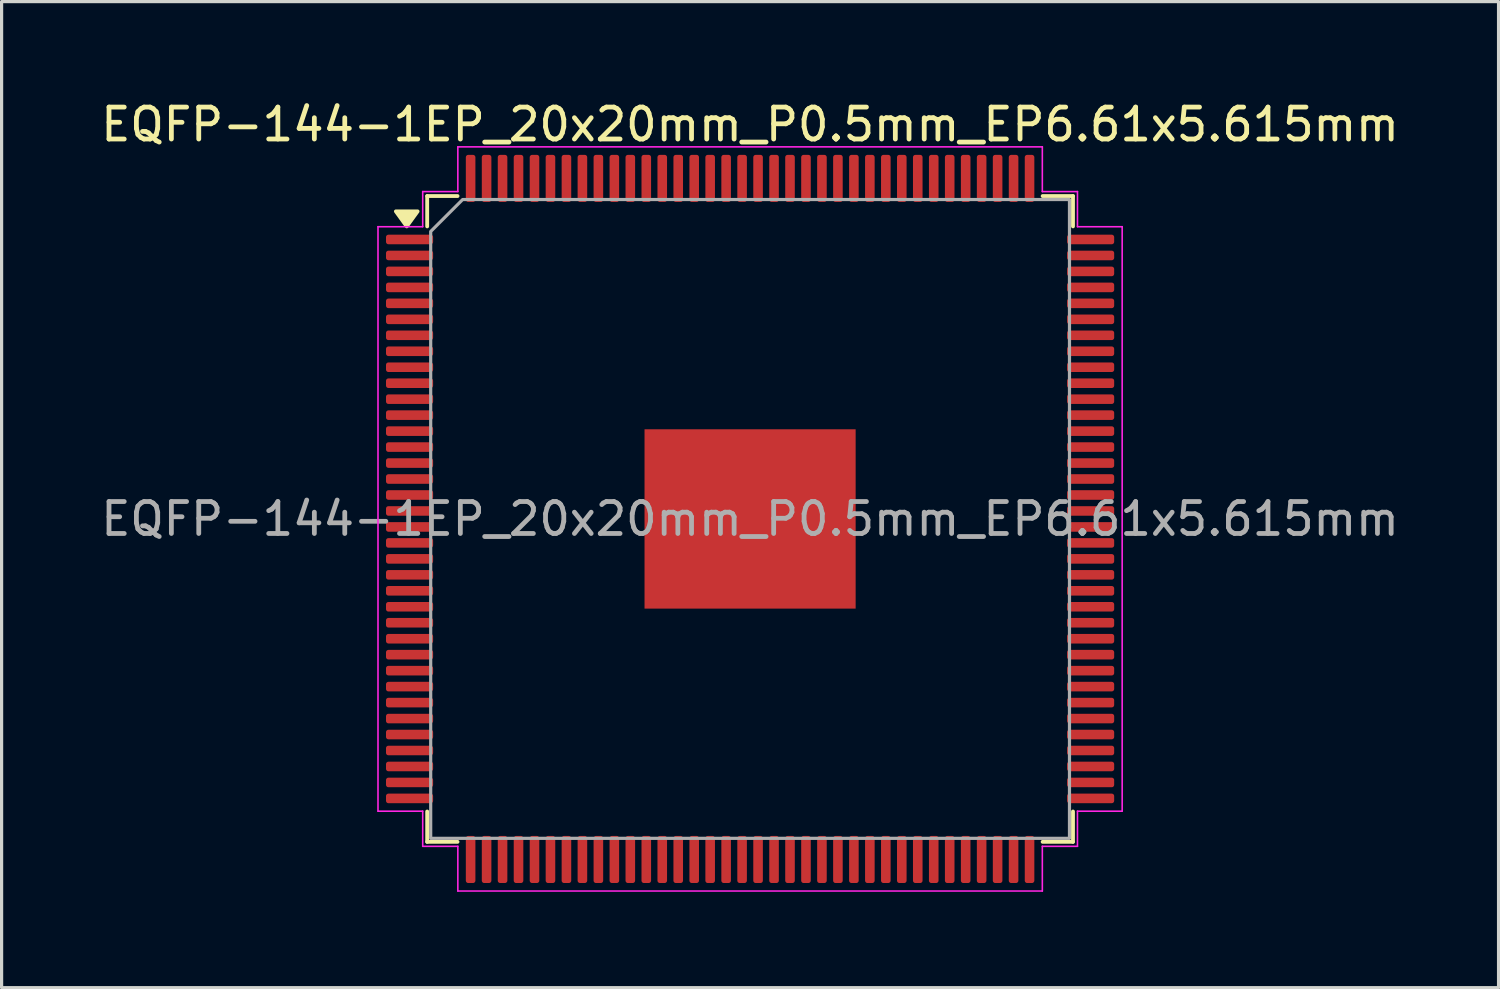
<source format=kicad_pcb>
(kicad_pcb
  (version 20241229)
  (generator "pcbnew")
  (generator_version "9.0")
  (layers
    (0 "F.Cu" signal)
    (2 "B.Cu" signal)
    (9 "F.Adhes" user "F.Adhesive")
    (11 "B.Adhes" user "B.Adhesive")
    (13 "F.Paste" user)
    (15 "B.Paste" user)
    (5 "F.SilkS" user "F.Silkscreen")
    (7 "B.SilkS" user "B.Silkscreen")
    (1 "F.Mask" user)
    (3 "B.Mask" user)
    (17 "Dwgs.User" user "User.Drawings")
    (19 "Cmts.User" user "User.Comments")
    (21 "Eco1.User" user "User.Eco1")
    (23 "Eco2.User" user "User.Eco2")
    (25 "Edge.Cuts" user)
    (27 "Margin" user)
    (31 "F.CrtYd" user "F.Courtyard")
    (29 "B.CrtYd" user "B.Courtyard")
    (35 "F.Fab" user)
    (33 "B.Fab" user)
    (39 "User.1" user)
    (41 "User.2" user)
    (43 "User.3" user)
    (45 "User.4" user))
  (footprint "EQFP-144-1EP_20x20mm_P0.5mm_EP6.61x5.615mm"
    (layer "F.Cu")
    (at 20.435 13.198)
    (property "Reference" "EQFP-144-1EP_20x20mm_P0.5mm_EP6.61x5.615mm" (at 0 -12.35 0) (layer "F.SilkS") (effects (font (size 1 1) (thickness 0.15))))
    (attr smd)
    (fp_line (start -10.11 -10.11) (end -9.16 -10.11) (stroke (width 0.12) (type solid)) (layer "F.SilkS"))
    (fp_line (start -10.11 -9.16) (end -10.11 -10.11) (stroke (width 0.12) (type solid)) (layer "F.SilkS"))
    (fp_line (start -10.11 10.11) (end -10.11 9.16) (stroke (width 0.12) (type solid)) (layer "F.SilkS"))
    (fp_line (start -9.16 10.11) (end -10.11 10.11) (stroke (width 0.12) (type solid)) (layer "F.SilkS"))
    (fp_line (start 9.16 -10.11) (end 10.11 -10.11) (stroke (width 0.12) (type solid)) (layer "F.SilkS"))
    (fp_line (start 10.11 -10.11) (end 10.11 -9.16) (stroke (width 0.12) (type solid)) (layer "F.SilkS"))
    (fp_line (start 10.11 9.16) (end 10.11 10.11) (stroke (width 0.12) (type solid)) (layer "F.SilkS"))
    (fp_line (start 10.11 10.11) (end 9.16 10.11) (stroke (width 0.12) (type solid)) (layer "F.SilkS"))
    (fp_poly (pts (xy -10.75 -9.16) (xy -11.09 -9.63) (xy -10.41 -9.63)) (stroke (width 0.12) (type solid)) (fill yes) (layer "F.SilkS"))
    (fp_line (start -11.65 -9.15) (end -10.25 -9.15) (stroke (width 0.05) (type solid)) (layer "F.CrtYd"))
    (fp_line (start -11.65 9.15) (end -11.65 -9.15) (stroke (width 0.05) (type solid)) (layer "F.CrtYd"))
    (fp_line (start -10.25 -10.25) (end -9.15 -10.25) (stroke (width 0.05) (type solid)) (layer "F.CrtYd"))
    (fp_line (start -10.25 -9.15) (end -10.25 -10.25) (stroke (width 0.05) (type solid)) (layer "F.CrtYd"))
    (fp_line (start -10.25 9.15) (end -11.65 9.15) (stroke (width 0.05) (type solid)) (layer "F.CrtYd"))
    (fp_line (start -10.25 10.25) (end -10.25 9.15) (stroke (width 0.05) (type solid)) (layer "F.CrtYd"))
    (fp_line (start -9.15 -11.65) (end 9.15 -11.65) (stroke (width 0.05) (type solid)) (layer "F.CrtYd"))
    (fp_line (start -9.15 -10.25) (end -9.15 -11.65) (stroke (width 0.05) (type solid)) (layer "F.CrtYd"))
    (fp_line (start -9.15 10.25) (end -10.25 10.25) (stroke (width 0.05) (type solid)) (layer "F.CrtYd"))
    (fp_line (start -9.15 11.65) (end -9.15 10.25) (stroke (width 0.05) (type solid)) (layer "F.CrtYd"))
    (fp_line (start 9.15 -11.65) (end 9.15 -10.25) (stroke (width 0.05) (type solid)) (layer "F.CrtYd"))
    (fp_line (start 9.15 -10.25) (end 10.25 -10.25) (stroke (width 0.05) (type solid)) (layer "F.CrtYd"))
    (fp_line (start 9.15 10.25) (end 9.15 11.65) (stroke (width 0.05) (type solid)) (layer "F.CrtYd"))
    (fp_line (start 9.15 11.65) (end -9.15 11.65) (stroke (width 0.05) (type solid)) (layer "F.CrtYd"))
    (fp_line (start 10.25 -10.25) (end 10.25 -9.15) (stroke (width 0.05) (type solid)) (layer "F.CrtYd"))
    (fp_line (start 10.25 -9.15) (end 11.65 -9.15) (stroke (width 0.05) (type solid)) (layer "F.CrtYd"))
    (fp_line (start 10.25 9.15) (end 10.25 10.25) (stroke (width 0.05) (type solid)) (layer "F.CrtYd"))
    (fp_line (start 10.25 10.25) (end 9.15 10.25) (stroke (width 0.05) (type solid)) (layer "F.CrtYd"))
    (fp_line (start 11.65 -9.15) (end 11.65 9.15) (stroke (width 0.05) (type solid)) (layer "F.CrtYd"))
    (fp_line (start 11.65 9.15) (end 10.25 9.15) (stroke (width 0.05) (type solid)) (layer "F.CrtYd"))
    (fp_poly (pts (xy -10 -9) (xy -10 10) (xy 10 10) (xy 10 -10) (xy -9 -10)) (stroke (width 0.1) (type solid)) (fill no) (layer "F.Fab"))
    (fp_text user "${REFERENCE}" (at 0 0 0) (layer "F.Fab") (effects (font (size 1 1) (thickness 0.15))))
    (pad "" smd roundrect (at -2.64 -2.1) (size 1.07 1.13) (layers "F.Paste") (roundrect_rratio 0.234))
    (pad "" smd roundrect (at -2.64 -0.7) (size 1.07 1.13) (layers "F.Paste") (roundrect_rratio 0.234))
    (pad "" smd roundrect (at -2.64 0.7) (size 1.07 1.13) (layers "F.Paste") (roundrect_rratio 0.234))
    (pad "" smd roundrect (at -2.64 2.1) (size 1.07 1.13) (layers "F.Paste") (roundrect_rratio 0.234))
    (pad "" smd roundrect (at -1.32 -2.1) (size 1.07 1.13) (layers "F.Paste") (roundrect_rratio 0.234))
    (pad "" smd roundrect (at -1.32 -0.7) (size 1.07 1.13) (layers "F.Paste") (roundrect_rratio 0.234))
    (pad "" smd roundrect (at -1.32 0.7) (size 1.07 1.13) (layers "F.Paste") (roundrect_rratio 0.234))
    (pad "" smd roundrect (at -1.32 2.1) (size 1.07 1.13) (layers "F.Paste") (roundrect_rratio 0.234))
    (pad "" smd roundrect (at 0 -2.1) (size 1.07 1.13) (layers "F.Paste") (roundrect_rratio 0.234))
    (pad "" smd roundrect (at 0 -0.7) (size 1.07 1.13) (layers "F.Paste") (roundrect_rratio 0.234))
    (pad "" smd roundrect (at 0 0.7) (size 1.07 1.13) (layers "F.Paste") (roundrect_rratio 0.234))
    (pad "" smd roundrect (at 0 2.1) (size 1.07 1.13) (layers "F.Paste") (roundrect_rratio 0.234))
    (pad "" smd roundrect (at 1.32 -2.1) (size 1.07 1.13) (layers "F.Paste") (roundrect_rratio 0.234))
    (pad "" smd roundrect (at 1.32 -0.7) (size 1.07 1.13) (layers "F.Paste") (roundrect_rratio 0.234))
    (pad "" smd roundrect (at 1.32 0.7) (size 1.07 1.13) (layers "F.Paste") (roundrect_rratio 0.234))
    (pad "" smd roundrect (at 1.32 2.1) (size 1.07 1.13) (layers "F.Paste") (roundrect_rratio 0.234))
    (pad "" smd roundrect (at 2.64 -2.1) (size 1.07 1.13) (layers "F.Paste") (roundrect_rratio 0.234))
    (pad "" smd roundrect (at 2.64 -0.7) (size 1.07 1.13) (layers "F.Paste") (roundrect_rratio 0.234))
    (pad "" smd roundrect (at 2.64 0.7) (size 1.07 1.13) (layers "F.Paste") (roundrect_rratio 0.234))
    (pad "" smd roundrect (at 2.64 2.1) (size 1.07 1.13) (layers "F.Paste") (roundrect_rratio 0.234))
    (pad "1" smd roundrect (at -10.662 -8.75) (size 1.475 0.3) (layers "F.Cu" "F.Mask" "F.Paste") (roundrect_rratio 0.25))
    (pad "2" smd roundrect (at -10.662 -8.25) (size 1.475 0.3) (layers "F.Cu" "F.Mask" "F.Paste") (roundrect_rratio 0.25))
    (pad "3" smd roundrect (at -10.662 -7.75) (size 1.475 0.3) (layers "F.Cu" "F.Mask" "F.Paste") (roundrect_rratio 0.25))
    (pad "4" smd roundrect (at -10.662 -7.25) (size 1.475 0.3) (layers "F.Cu" "F.Mask" "F.Paste") (roundrect_rratio 0.25))
    (pad "5" smd roundrect (at -10.662 -6.75) (size 1.475 0.3) (layers "F.Cu" "F.Mask" "F.Paste") (roundrect_rratio 0.25))
    (pad "6" smd roundrect (at -10.662 -6.25) (size 1.475 0.3) (layers "F.Cu" "F.Mask" "F.Paste") (roundrect_rratio 0.25))
    (pad "7" smd roundrect (at -10.662 -5.75) (size 1.475 0.3) (layers "F.Cu" "F.Mask" "F.Paste") (roundrect_rratio 0.25))
    (pad "8" smd roundrect (at -10.662 -5.25) (size 1.475 0.3) (layers "F.Cu" "F.Mask" "F.Paste") (roundrect_rratio 0.25))
    (pad "9" smd roundrect (at -10.662 -4.75) (size 1.475 0.3) (layers "F.Cu" "F.Mask" "F.Paste") (roundrect_rratio 0.25))
    (pad "10" smd roundrect (at -10.662 -4.25) (size 1.475 0.3) (layers "F.Cu" "F.Mask" "F.Paste") (roundrect_rratio 0.25))
    (pad "11" smd roundrect (at -10.662 -3.75) (size 1.475 0.3) (layers "F.Cu" "F.Mask" "F.Paste") (roundrect_rratio 0.25))
    (pad "12" smd roundrect (at -10.662 -3.25) (size 1.475 0.3) (layers "F.Cu" "F.Mask" "F.Paste") (roundrect_rratio 0.25))
    (pad "13" smd roundrect (at -10.662 -2.75) (size 1.475 0.3) (layers "F.Cu" "F.Mask" "F.Paste") (roundrect_rratio 0.25))
    (pad "14" smd roundrect (at -10.662 -2.25) (size 1.475 0.3) (layers "F.Cu" "F.Mask" "F.Paste") (roundrect_rratio 0.25))
    (pad "15" smd roundrect (at -10.662 -1.75) (size 1.475 0.3) (layers "F.Cu" "F.Mask" "F.Paste") (roundrect_rratio 0.25))
    (pad "16" smd roundrect (at -10.662 -1.25) (size 1.475 0.3) (layers "F.Cu" "F.Mask" "F.Paste") (roundrect_rratio 0.25))
    (pad "17" smd roundrect (at -10.662 -0.75) (size 1.475 0.3) (layers "F.Cu" "F.Mask" "F.Paste") (roundrect_rratio 0.25))
    (pad "18" smd roundrect (at -10.662 -0.25) (size 1.475 0.3) (layers "F.Cu" "F.Mask" "F.Paste") (roundrect_rratio 0.25))
    (pad "19" smd roundrect (at -10.662 0.25) (size 1.475 0.3) (layers "F.Cu" "F.Mask" "F.Paste") (roundrect_rratio 0.25))
    (pad "20" smd roundrect (at -10.662 0.75) (size 1.475 0.3) (layers "F.Cu" "F.Mask" "F.Paste") (roundrect_rratio 0.25))
    (pad "21" smd roundrect (at -10.662 1.25) (size 1.475 0.3) (layers "F.Cu" "F.Mask" "F.Paste") (roundrect_rratio 0.25))
    (pad "22" smd roundrect (at -10.662 1.75) (size 1.475 0.3) (layers "F.Cu" "F.Mask" "F.Paste") (roundrect_rratio 0.25))
    (pad "23" smd roundrect (at -10.662 2.25) (size 1.475 0.3) (layers "F.Cu" "F.Mask" "F.Paste") (roundrect_rratio 0.25))
    (pad "24" smd roundrect (at -10.662 2.75) (size 1.475 0.3) (layers "F.Cu" "F.Mask" "F.Paste") (roundrect_rratio 0.25))
    (pad "25" smd roundrect (at -10.662 3.25) (size 1.475 0.3) (layers "F.Cu" "F.Mask" "F.Paste") (roundrect_rratio 0.25))
    (pad "26" smd roundrect (at -10.662 3.75) (size 1.475 0.3) (layers "F.Cu" "F.Mask" "F.Paste") (roundrect_rratio 0.25))
    (pad "27" smd roundrect (at -10.662 4.25) (size 1.475 0.3) (layers "F.Cu" "F.Mask" "F.Paste") (roundrect_rratio 0.25))
    (pad "28" smd roundrect (at -10.662 4.75) (size 1.475 0.3) (layers "F.Cu" "F.Mask" "F.Paste") (roundrect_rratio 0.25))
    (pad "29" smd roundrect (at -10.662 5.25) (size 1.475 0.3) (layers "F.Cu" "F.Mask" "F.Paste") (roundrect_rratio 0.25))
    (pad "30" smd roundrect (at -10.662 5.75) (size 1.475 0.3) (layers "F.Cu" "F.Mask" "F.Paste") (roundrect_rratio 0.25))
    (pad "31" smd roundrect (at -10.662 6.25) (size 1.475 0.3) (layers "F.Cu" "F.Mask" "F.Paste") (roundrect_rratio 0.25))
    (pad "32" smd roundrect (at -10.662 6.75) (size 1.475 0.3) (layers "F.Cu" "F.Mask" "F.Paste") (roundrect_rratio 0.25))
    (pad "33" smd roundrect (at -10.662 7.25) (size 1.475 0.3) (layers "F.Cu" "F.Mask" "F.Paste") (roundrect_rratio 0.25))
    (pad "34" smd roundrect (at -10.662 7.75) (size 1.475 0.3) (layers "F.Cu" "F.Mask" "F.Paste") (roundrect_rratio 0.25))
    (pad "35" smd roundrect (at -10.662 8.25) (size 1.475 0.3) (layers "F.Cu" "F.Mask" "F.Paste") (roundrect_rratio 0.25))
    (pad "36" smd roundrect (at -10.662 8.75) (size 1.475 0.3) (layers "F.Cu" "F.Mask" "F.Paste") (roundrect_rratio 0.25))
    (pad "37" smd roundrect (at -8.75 10.662) (size 0.3 1.475) (layers "F.Cu" "F.Mask" "F.Paste") (roundrect_rratio 0.25))
    (pad "38" smd roundrect (at -8.25 10.662) (size 0.3 1.475) (layers "F.Cu" "F.Mask" "F.Paste") (roundrect_rratio 0.25))
    (pad "39" smd roundrect (at -7.75 10.662) (size 0.3 1.475) (layers "F.Cu" "F.Mask" "F.Paste") (roundrect_rratio 0.25))
    (pad "40" smd roundrect (at -7.25 10.662) (size 0.3 1.475) (layers "F.Cu" "F.Mask" "F.Paste") (roundrect_rratio 0.25))
    (pad "41" smd roundrect (at -6.75 10.662) (size 0.3 1.475) (layers "F.Cu" "F.Mask" "F.Paste") (roundrect_rratio 0.25))
    (pad "42" smd roundrect (at -6.25 10.662) (size 0.3 1.475) (layers "F.Cu" "F.Mask" "F.Paste") (roundrect_rratio 0.25))
    (pad "43" smd roundrect (at -5.75 10.662) (size 0.3 1.475) (layers "F.Cu" "F.Mask" "F.Paste") (roundrect_rratio 0.25))
    (pad "44" smd roundrect (at -5.25 10.662) (size 0.3 1.475) (layers "F.Cu" "F.Mask" "F.Paste") (roundrect_rratio 0.25))
    (pad "45" smd roundrect (at -4.75 10.662) (size 0.3 1.475) (layers "F.Cu" "F.Mask" "F.Paste") (roundrect_rratio 0.25))
    (pad "46" smd roundrect (at -4.25 10.662) (size 0.3 1.475) (layers "F.Cu" "F.Mask" "F.Paste") (roundrect_rratio 0.25))
    (pad "47" smd roundrect (at -3.75 10.662) (size 0.3 1.475) (layers "F.Cu" "F.Mask" "F.Paste") (roundrect_rratio 0.25))
    (pad "48" smd roundrect (at -3.25 10.662) (size 0.3 1.475) (layers "F.Cu" "F.Mask" "F.Paste") (roundrect_rratio 0.25))
    (pad "49" smd roundrect (at -2.75 10.662) (size 0.3 1.475) (layers "F.Cu" "F.Mask" "F.Paste") (roundrect_rratio 0.25))
    (pad "50" smd roundrect (at -2.25 10.662) (size 0.3 1.475) (layers "F.Cu" "F.Mask" "F.Paste") (roundrect_rratio 0.25))
    (pad "51" smd roundrect (at -1.75 10.662) (size 0.3 1.475) (layers "F.Cu" "F.Mask" "F.Paste") (roundrect_rratio 0.25))
    (pad "52" smd roundrect (at -1.25 10.662) (size 0.3 1.475) (layers "F.Cu" "F.Mask" "F.Paste") (roundrect_rratio 0.25))
    (pad "53" smd roundrect (at -0.75 10.662) (size 0.3 1.475) (layers "F.Cu" "F.Mask" "F.Paste") (roundrect_rratio 0.25))
    (pad "54" smd roundrect (at -0.25 10.662) (size 0.3 1.475) (layers "F.Cu" "F.Mask" "F.Paste") (roundrect_rratio 0.25))
    (pad "55" smd roundrect (at 0.25 10.662) (size 0.3 1.475) (layers "F.Cu" "F.Mask" "F.Paste") (roundrect_rratio 0.25))
    (pad "56" smd roundrect (at 0.75 10.662) (size 0.3 1.475) (layers "F.Cu" "F.Mask" "F.Paste") (roundrect_rratio 0.25))
    (pad "57" smd roundrect (at 1.25 10.662) (size 0.3 1.475) (layers "F.Cu" "F.Mask" "F.Paste") (roundrect_rratio 0.25))
    (pad "58" smd roundrect (at 1.75 10.662) (size 0.3 1.475) (layers "F.Cu" "F.Mask" "F.Paste") (roundrect_rratio 0.25))
    (pad "59" smd roundrect (at 2.25 10.662) (size 0.3 1.475) (layers "F.Cu" "F.Mask" "F.Paste") (roundrect_rratio 0.25))
    (pad "60" smd roundrect (at 2.75 10.662) (size 0.3 1.475) (layers "F.Cu" "F.Mask" "F.Paste") (roundrect_rratio 0.25))
    (pad "61" smd roundrect (at 3.25 10.662) (size 0.3 1.475) (layers "F.Cu" "F.Mask" "F.Paste") (roundrect_rratio 0.25))
    (pad "62" smd roundrect (at 3.75 10.662) (size 0.3 1.475) (layers "F.Cu" "F.Mask" "F.Paste") (roundrect_rratio 0.25))
    (pad "63" smd roundrect (at 4.25 10.662) (size 0.3 1.475) (layers "F.Cu" "F.Mask" "F.Paste") (roundrect_rratio 0.25))
    (pad "64" smd roundrect (at 4.75 10.662) (size 0.3 1.475) (layers "F.Cu" "F.Mask" "F.Paste") (roundrect_rratio 0.25))
    (pad "65" smd roundrect (at 5.25 10.662) (size 0.3 1.475) (layers "F.Cu" "F.Mask" "F.Paste") (roundrect_rratio 0.25))
    (pad "66" smd roundrect (at 5.75 10.662) (size 0.3 1.475) (layers "F.Cu" "F.Mask" "F.Paste") (roundrect_rratio 0.25))
    (pad "67" smd roundrect (at 6.25 10.662) (size 0.3 1.475) (layers "F.Cu" "F.Mask" "F.Paste") (roundrect_rratio 0.25))
    (pad "68" smd roundrect (at 6.75 10.662) (size 0.3 1.475) (layers "F.Cu" "F.Mask" "F.Paste") (roundrect_rratio 0.25))
    (pad "69" smd roundrect (at 7.25 10.662) (size 0.3 1.475) (layers "F.Cu" "F.Mask" "F.Paste") (roundrect_rratio 0.25))
    (pad "70" smd roundrect (at 7.75 10.662) (size 0.3 1.475) (layers "F.Cu" "F.Mask" "F.Paste") (roundrect_rratio 0.25))
    (pad "71" smd roundrect (at 8.25 10.662) (size 0.3 1.475) (layers "F.Cu" "F.Mask" "F.Paste") (roundrect_rratio 0.25))
    (pad "72" smd roundrect (at 8.75 10.662) (size 0.3 1.475) (layers "F.Cu" "F.Mask" "F.Paste") (roundrect_rratio 0.25))
    (pad "73" smd roundrect (at 10.662 8.75) (size 1.475 0.3) (layers "F.Cu" "F.Mask" "F.Paste") (roundrect_rratio 0.25))
    (pad "74" smd roundrect (at 10.662 8.25) (size 1.475 0.3) (layers "F.Cu" "F.Mask" "F.Paste") (roundrect_rratio 0.25))
    (pad "75" smd roundrect (at 10.662 7.75) (size 1.475 0.3) (layers "F.Cu" "F.Mask" "F.Paste") (roundrect_rratio 0.25))
    (pad "76" smd roundrect (at 10.662 7.25) (size 1.475 0.3) (layers "F.Cu" "F.Mask" "F.Paste") (roundrect_rratio 0.25))
    (pad "77" smd roundrect (at 10.662 6.75) (size 1.475 0.3) (layers "F.Cu" "F.Mask" "F.Paste") (roundrect_rratio 0.25))
    (pad "78" smd roundrect (at 10.662 6.25) (size 1.475 0.3) (layers "F.Cu" "F.Mask" "F.Paste") (roundrect_rratio 0.25))
    (pad "79" smd roundrect (at 10.662 5.75) (size 1.475 0.3) (layers "F.Cu" "F.Mask" "F.Paste") (roundrect_rratio 0.25))
    (pad "80" smd roundrect (at 10.662 5.25) (size 1.475 0.3) (layers "F.Cu" "F.Mask" "F.Paste") (roundrect_rratio 0.25))
    (pad "81" smd roundrect (at 10.662 4.75) (size 1.475 0.3) (layers "F.Cu" "F.Mask" "F.Paste") (roundrect_rratio 0.25))
    (pad "82" smd roundrect (at 10.662 4.25) (size 1.475 0.3) (layers "F.Cu" "F.Mask" "F.Paste") (roundrect_rratio 0.25))
    (pad "83" smd roundrect (at 10.662 3.75) (size 1.475 0.3) (layers "F.Cu" "F.Mask" "F.Paste") (roundrect_rratio 0.25))
    (pad "84" smd roundrect (at 10.662 3.25) (size 1.475 0.3) (layers "F.Cu" "F.Mask" "F.Paste") (roundrect_rratio 0.25))
    (pad "85" smd roundrect (at 10.662 2.75) (size 1.475 0.3) (layers "F.Cu" "F.Mask" "F.Paste") (roundrect_rratio 0.25))
    (pad "86" smd roundrect (at 10.662 2.25) (size 1.475 0.3) (layers "F.Cu" "F.Mask" "F.Paste") (roundrect_rratio 0.25))
    (pad "87" smd roundrect (at 10.662 1.75) (size 1.475 0.3) (layers "F.Cu" "F.Mask" "F.Paste") (roundrect_rratio 0.25))
    (pad "88" smd roundrect (at 10.662 1.25) (size 1.475 0.3) (layers "F.Cu" "F.Mask" "F.Paste") (roundrect_rratio 0.25))
    (pad "89" smd roundrect (at 10.662 0.75) (size 1.475 0.3) (layers "F.Cu" "F.Mask" "F.Paste") (roundrect_rratio 0.25))
    (pad "90" smd roundrect (at 10.662 0.25) (size 1.475 0.3) (layers "F.Cu" "F.Mask" "F.Paste") (roundrect_rratio 0.25))
    (pad "91" smd roundrect (at 10.662 -0.25) (size 1.475 0.3) (layers "F.Cu" "F.Mask" "F.Paste") (roundrect_rratio 0.25))
    (pad "92" smd roundrect (at 10.662 -0.75) (size 1.475 0.3) (layers "F.Cu" "F.Mask" "F.Paste") (roundrect_rratio 0.25))
    (pad "93" smd roundrect (at 10.662 -1.25) (size 1.475 0.3) (layers "F.Cu" "F.Mask" "F.Paste") (roundrect_rratio 0.25))
    (pad "94" smd roundrect (at 10.662 -1.75) (size 1.475 0.3) (layers "F.Cu" "F.Mask" "F.Paste") (roundrect_rratio 0.25))
    (pad "95" smd roundrect (at 10.662 -2.25) (size 1.475 0.3) (layers "F.Cu" "F.Mask" "F.Paste") (roundrect_rratio 0.25))
    (pad "96" smd roundrect (at 10.662 -2.75) (size 1.475 0.3) (layers "F.Cu" "F.Mask" "F.Paste") (roundrect_rratio 0.25))
    (pad "97" smd roundrect (at 10.662 -3.25) (size 1.475 0.3) (layers "F.Cu" "F.Mask" "F.Paste") (roundrect_rratio 0.25))
    (pad "98" smd roundrect (at 10.662 -3.75) (size 1.475 0.3) (layers "F.Cu" "F.Mask" "F.Paste") (roundrect_rratio 0.25))
    (pad "99" smd roundrect (at 10.662 -4.25) (size 1.475 0.3) (layers "F.Cu" "F.Mask" "F.Paste") (roundrect_rratio 0.25))
    (pad "100" smd roundrect (at 10.662 -4.75) (size 1.475 0.3) (layers "F.Cu" "F.Mask" "F.Paste") (roundrect_rratio 0.25))
    (pad "101" smd roundrect (at 10.662 -5.25) (size 1.475 0.3) (layers "F.Cu" "F.Mask" "F.Paste") (roundrect_rratio 0.25))
    (pad "102" smd roundrect (at 10.662 -5.75) (size 1.475 0.3) (layers "F.Cu" "F.Mask" "F.Paste") (roundrect_rratio 0.25))
    (pad "103" smd roundrect (at 10.662 -6.25) (size 1.475 0.3) (layers "F.Cu" "F.Mask" "F.Paste") (roundrect_rratio 0.25))
    (pad "104" smd roundrect (at 10.662 -6.75) (size 1.475 0.3) (layers "F.Cu" "F.Mask" "F.Paste") (roundrect_rratio 0.25))
    (pad "105" smd roundrect (at 10.662 -7.25) (size 1.475 0.3) (layers "F.Cu" "F.Mask" "F.Paste") (roundrect_rratio 0.25))
    (pad "106" smd roundrect (at 10.662 -7.75) (size 1.475 0.3) (layers "F.Cu" "F.Mask" "F.Paste") (roundrect_rratio 0.25))
    (pad "107" smd roundrect (at 10.662 -8.25) (size 1.475 0.3) (layers "F.Cu" "F.Mask" "F.Paste") (roundrect_rratio 0.25))
    (pad "108" smd roundrect (at 10.662 -8.75) (size 1.475 0.3) (layers "F.Cu" "F.Mask" "F.Paste") (roundrect_rratio 0.25))
    (pad "109" smd roundrect (at 8.75 -10.662) (size 0.3 1.475) (layers "F.Cu" "F.Mask" "F.Paste") (roundrect_rratio 0.25))
    (pad "110" smd roundrect (at 8.25 -10.662) (size 0.3 1.475) (layers "F.Cu" "F.Mask" "F.Paste") (roundrect_rratio 0.25))
    (pad "111" smd roundrect (at 7.75 -10.662) (size 0.3 1.475) (layers "F.Cu" "F.Mask" "F.Paste") (roundrect_rratio 0.25))
    (pad "112" smd roundrect (at 7.25 -10.662) (size 0.3 1.475) (layers "F.Cu" "F.Mask" "F.Paste") (roundrect_rratio 0.25))
    (pad "113" smd roundrect (at 6.75 -10.662) (size 0.3 1.475) (layers "F.Cu" "F.Mask" "F.Paste") (roundrect_rratio 0.25))
    (pad "114" smd roundrect (at 6.25 -10.662) (size 0.3 1.475) (layers "F.Cu" "F.Mask" "F.Paste") (roundrect_rratio 0.25))
    (pad "115" smd roundrect (at 5.75 -10.662) (size 0.3 1.475) (layers "F.Cu" "F.Mask" "F.Paste") (roundrect_rratio 0.25))
    (pad "116" smd roundrect (at 5.25 -10.662) (size 0.3 1.475) (layers "F.Cu" "F.Mask" "F.Paste") (roundrect_rratio 0.25))
    (pad "117" smd roundrect (at 4.75 -10.662) (size 0.3 1.475) (layers "F.Cu" "F.Mask" "F.Paste") (roundrect_rratio 0.25))
    (pad "118" smd roundrect (at 4.25 -10.662) (size 0.3 1.475) (layers "F.Cu" "F.Mask" "F.Paste") (roundrect_rratio 0.25))
    (pad "119" smd roundrect (at 3.75 -10.662) (size 0.3 1.475) (layers "F.Cu" "F.Mask" "F.Paste") (roundrect_rratio 0.25))
    (pad "120" smd roundrect (at 3.25 -10.662) (size 0.3 1.475) (layers "F.Cu" "F.Mask" "F.Paste") (roundrect_rratio 0.25))
    (pad "121" smd roundrect (at 2.75 -10.662) (size 0.3 1.475) (layers "F.Cu" "F.Mask" "F.Paste") (roundrect_rratio 0.25))
    (pad "122" smd roundrect (at 2.25 -10.662) (size 0.3 1.475) (layers "F.Cu" "F.Mask" "F.Paste") (roundrect_rratio 0.25))
    (pad "123" smd roundrect (at 1.75 -10.662) (size 0.3 1.475) (layers "F.Cu" "F.Mask" "F.Paste") (roundrect_rratio 0.25))
    (pad "124" smd roundrect (at 1.25 -10.662) (size 0.3 1.475) (layers "F.Cu" "F.Mask" "F.Paste") (roundrect_rratio 0.25))
    (pad "125" smd roundrect (at 0.75 -10.662) (size 0.3 1.475) (layers "F.Cu" "F.Mask" "F.Paste") (roundrect_rratio 0.25))
    (pad "126" smd roundrect (at 0.25 -10.662) (size 0.3 1.475) (layers "F.Cu" "F.Mask" "F.Paste") (roundrect_rratio 0.25))
    (pad "127" smd roundrect (at -0.25 -10.662) (size 0.3 1.475) (layers "F.Cu" "F.Mask" "F.Paste") (roundrect_rratio 0.25))
    (pad "128" smd roundrect (at -0.75 -10.662) (size 0.3 1.475) (layers "F.Cu" "F.Mask" "F.Paste") (roundrect_rratio 0.25))
    (pad "129" smd roundrect (at -1.25 -10.662) (size 0.3 1.475) (layers "F.Cu" "F.Mask" "F.Paste") (roundrect_rratio 0.25))
    (pad "130" smd roundrect (at -1.75 -10.662) (size 0.3 1.475) (layers "F.Cu" "F.Mask" "F.Paste") (roundrect_rratio 0.25))
    (pad "131" smd roundrect (at -2.25 -10.662) (size 0.3 1.475) (layers "F.Cu" "F.Mask" "F.Paste") (roundrect_rratio 0.25))
    (pad "132" smd roundrect (at -2.75 -10.662) (size 0.3 1.475) (layers "F.Cu" "F.Mask" "F.Paste") (roundrect_rratio 0.25))
    (pad "133" smd roundrect (at -3.25 -10.662) (size 0.3 1.475) (layers "F.Cu" "F.Mask" "F.Paste") (roundrect_rratio 0.25))
    (pad "134" smd roundrect (at -3.75 -10.662) (size 0.3 1.475) (layers "F.Cu" "F.Mask" "F.Paste") (roundrect_rratio 0.25))
    (pad "135" smd roundrect (at -4.25 -10.662) (size 0.3 1.475) (layers "F.Cu" "F.Mask" "F.Paste") (roundrect_rratio 0.25))
    (pad "136" smd roundrect (at -4.75 -10.662) (size 0.3 1.475) (layers "F.Cu" "F.Mask" "F.Paste") (roundrect_rratio 0.25))
    (pad "137" smd roundrect (at -5.25 -10.662) (size 0.3 1.475) (layers "F.Cu" "F.Mask" "F.Paste") (roundrect_rratio 0.25))
    (pad "138" smd roundrect (at -5.75 -10.662) (size 0.3 1.475) (layers "F.Cu" "F.Mask" "F.Paste") (roundrect_rratio 0.25))
    (pad "139" smd roundrect (at -6.25 -10.662) (size 0.3 1.475) (layers "F.Cu" "F.Mask" "F.Paste") (roundrect_rratio 0.25))
    (pad "140" smd roundrect (at -6.75 -10.662) (size 0.3 1.475) (layers "F.Cu" "F.Mask" "F.Paste") (roundrect_rratio 0.25))
    (pad "141" smd roundrect (at -7.25 -10.662) (size 0.3 1.475) (layers "F.Cu" "F.Mask" "F.Paste") (roundrect_rratio 0.25))
    (pad "142" smd roundrect (at -7.75 -10.662) (size 0.3 1.475) (layers "F.Cu" "F.Mask" "F.Paste") (roundrect_rratio 0.25))
    (pad "143" smd roundrect (at -8.25 -10.662) (size 0.3 1.475) (layers "F.Cu" "F.Mask" "F.Paste") (roundrect_rratio 0.25))
    (pad "144" smd roundrect (at -8.75 -10.662) (size 0.3 1.475) (layers "F.Cu" "F.Mask" "F.Paste") (roundrect_rratio 0.25))
    (pad "145" smd rect (at 0 0) (size 6.61 5.615) (property pad_prop_heatsink) (layers "F.Cu" "F.Mask")))
  (gr_rect
    (start -3 -3)
    (end 43.869 27.873)
    (stroke (width 0.1) (type default))
    (fill no)
    (layer "Edge.Cuts")))
</source>
